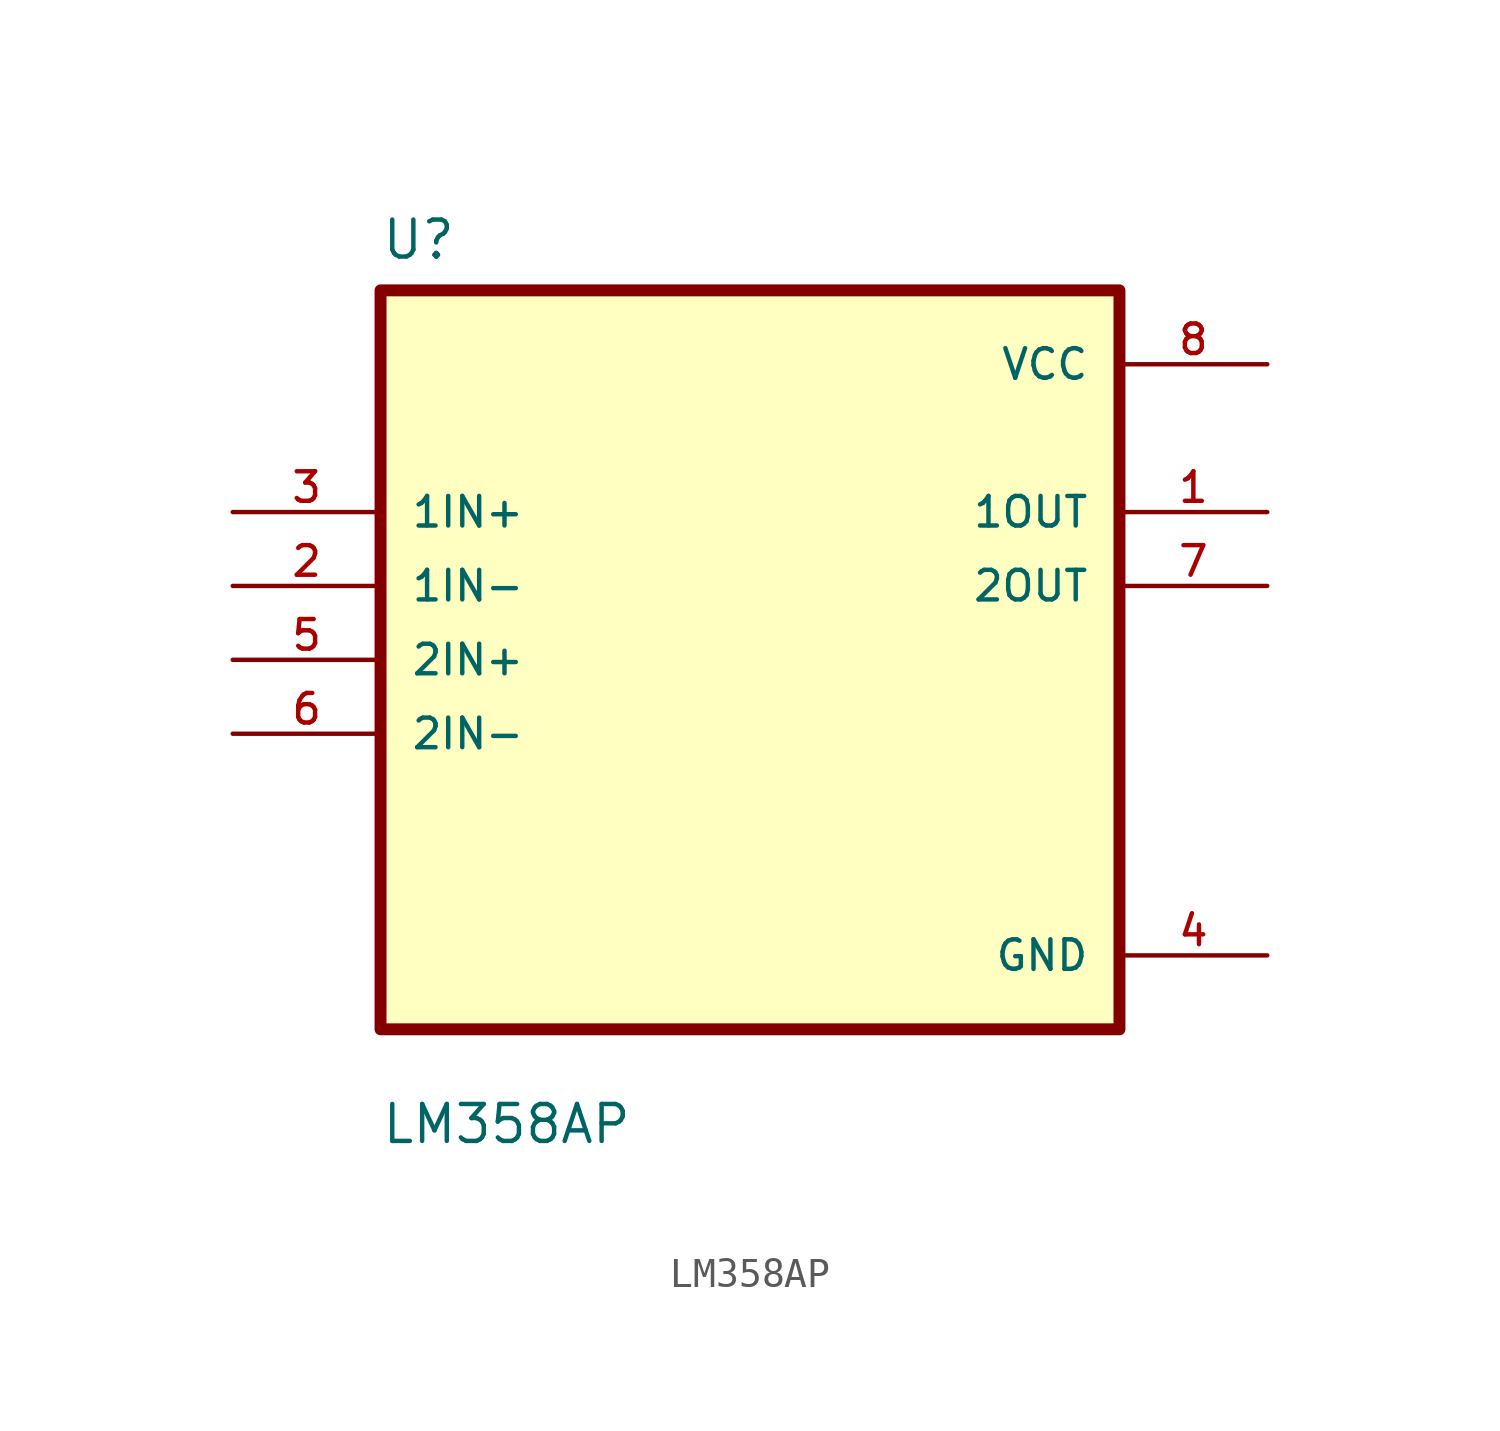
<source format=kicad_sym>
(kicad_symbol_lib
  (version 20211014)
  (generator kicad_symbol_editor)
  (symbol "LM358AP"
    (pin_names
      (offset 1.016))
    (property "Reference" "U"
      (at -12.7 13.7 0.0)
      (effects (font (size 1.27 1.27)) (justify bottom left)))
    (property "Value" "LM358AP"
      (at -12.7 -16.7 0.0)
      (effects (font (size 1.27 1.27)) (justify bottom left)))
    (symbol "LM358AP_0_0"
      (rectangle (start -12.7 -12.7) (end 12.7 12.7) (stroke (width 0.41)) (fill (type background)))
      (pin input line (at -17.78 5.08 0) (length 5.08) (name "1IN+" (effects (font (size 1.016 1.016)))) (number "3" (effects (font (size 1.016 1.016)))))
      (pin input line (at -17.78 2.54 0) (length 5.08) (name "1IN-" (effects (font (size 1.016 1.016)))) (number "2" (effects (font (size 1.016 1.016)))))
      (pin input line (at -17.78 -8.88178e-16 0) (length 5.08) (name "2IN+" (effects (font (size 1.016 1.016)))) (number "5" (effects (font (size 1.016 1.016)))))
      (pin input line (at -17.78 -2.54 0) (length 5.08) (name "2IN-" (effects (font (size 1.016 1.016)))) (number "6" (effects (font (size 1.016 1.016)))))
      (pin power_in line (at 17.78 10.16 180.0) (length 5.08) (name "VCC" (effects (font (size 1.016 1.016)))) (number "8" (effects (font (size 1.016 1.016)))))
      (pin output line (at 17.78 5.08 180.0) (length 5.08) (name "1OUT" (effects (font (size 1.016 1.016)))) (number "1" (effects (font (size 1.016 1.016)))))
      (pin output line (at 17.78 2.54 180.0) (length 5.08) (name "2OUT" (effects (font (size 1.016 1.016)))) (number "7" (effects (font (size 1.016 1.016)))))
      (pin power_in line (at 17.78 -10.16 180.0) (length 5.08) (name "GND" (effects (font (size 1.016 1.016)))) (number "4" (effects (font (size 1.016 1.016))))))))
</source>
